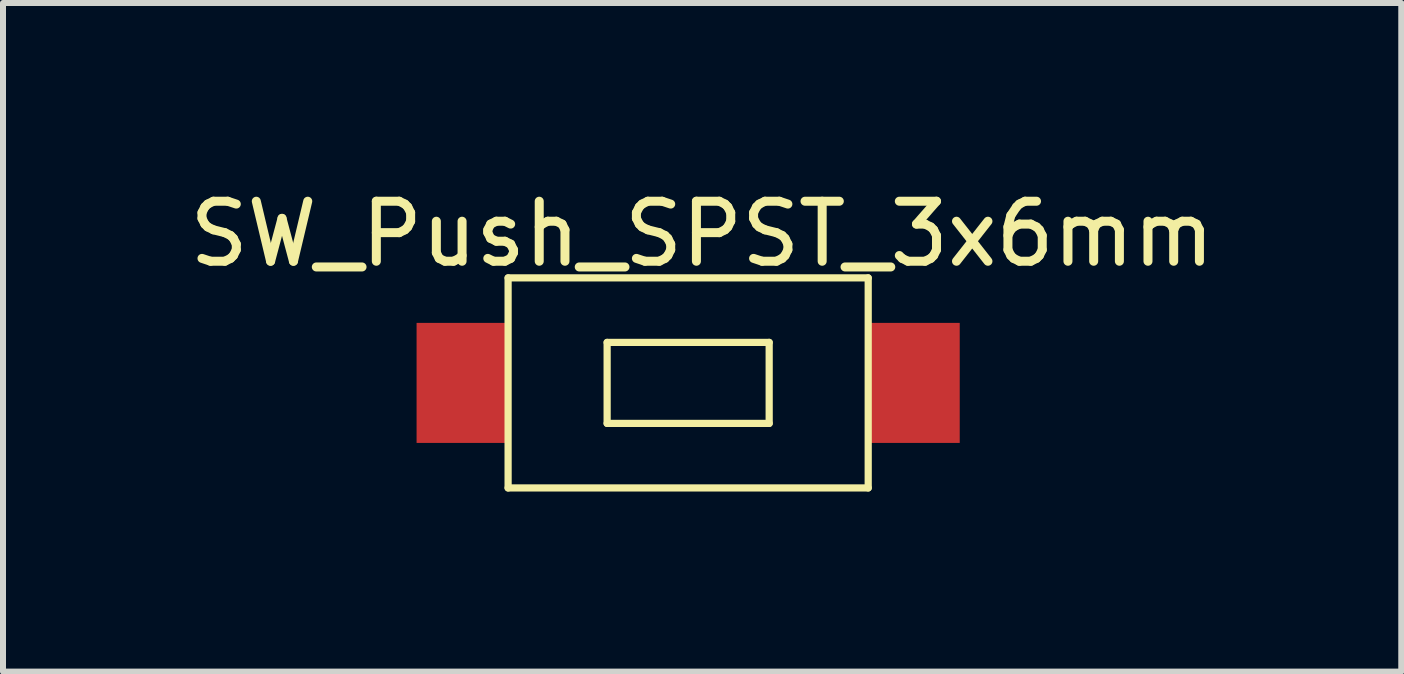
<source format=kicad_pcb>
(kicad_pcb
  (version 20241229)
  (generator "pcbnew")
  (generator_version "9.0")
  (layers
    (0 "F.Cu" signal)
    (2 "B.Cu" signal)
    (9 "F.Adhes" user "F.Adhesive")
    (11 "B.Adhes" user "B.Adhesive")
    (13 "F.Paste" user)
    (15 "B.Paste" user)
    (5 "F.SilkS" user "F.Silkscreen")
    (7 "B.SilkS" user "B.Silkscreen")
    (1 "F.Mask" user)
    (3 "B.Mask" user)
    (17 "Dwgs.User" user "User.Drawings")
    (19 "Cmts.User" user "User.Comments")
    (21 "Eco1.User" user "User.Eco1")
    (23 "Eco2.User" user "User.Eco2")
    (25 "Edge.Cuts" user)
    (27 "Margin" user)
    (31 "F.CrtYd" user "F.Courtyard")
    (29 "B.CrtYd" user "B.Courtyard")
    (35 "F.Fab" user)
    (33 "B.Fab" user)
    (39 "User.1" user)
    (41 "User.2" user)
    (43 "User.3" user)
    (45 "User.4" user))
  (footprint "SW_Push_SPST_3x6mm"
    (layer "F.Cu")
    (at 4.641 3.33)
    (property "Reference" "SW_Push_SPST_3x6mm" (at 4.008 -2.482 180) (layer "F.SilkS") (effects (font (size 1 1) (thickness 0.15))))
    (attr through_hole)
    (fp_line (start 0.775 -1.75) (end 0.775 1.75) (stroke (width 0.12) (type solid)) (layer "F.SilkS"))
    (fp_line (start 0.775 -1.75) (end 6.775 -1.75) (stroke (width 0.12) (type solid)) (layer "F.SilkS"))
    (fp_line (start 0.775 1.75) (end 6.775 1.75) (stroke (width 0.12) (type solid)) (layer "F.SilkS"))
    (fp_line (start 2.425 -0.675) (end 2.425 0.675) (stroke (width 0.12) (type solid)) (layer "F.SilkS"))
    (fp_line (start 2.425 -0.675) (end 5.125 -0.675) (stroke (width 0.12) (type solid)) (layer "F.SilkS"))
    (fp_line (start 2.425 0.675) (end 5.125 0.675) (stroke (width 0.12) (type solid)) (layer "F.SilkS"))
    (fp_line (start 5.125 -0.675) (end 5.125 0.675) (stroke (width 0.12) (type solid)) (layer "F.SilkS"))
    (fp_line (start 6.775 -1.75) (end 6.775 1.75) (stroke (width 0.12) (type solid)) (layer "F.SilkS"))
    (pad "1" smd rect (at 0 0) (size 1.5 2) (layers "F.Cu" "F.Mask" "F.Paste"))
    (pad "2" smd rect (at 7.55 0) (size 1.5 2) (layers "F.Cu" "F.Mask" "F.Paste")))
  (gr_rect
    (start -3 -3)
    (end 20.298 8.14)
    (stroke (width 0.1) (type default))
    (fill no)
    (layer "Edge.Cuts")))
</source>
